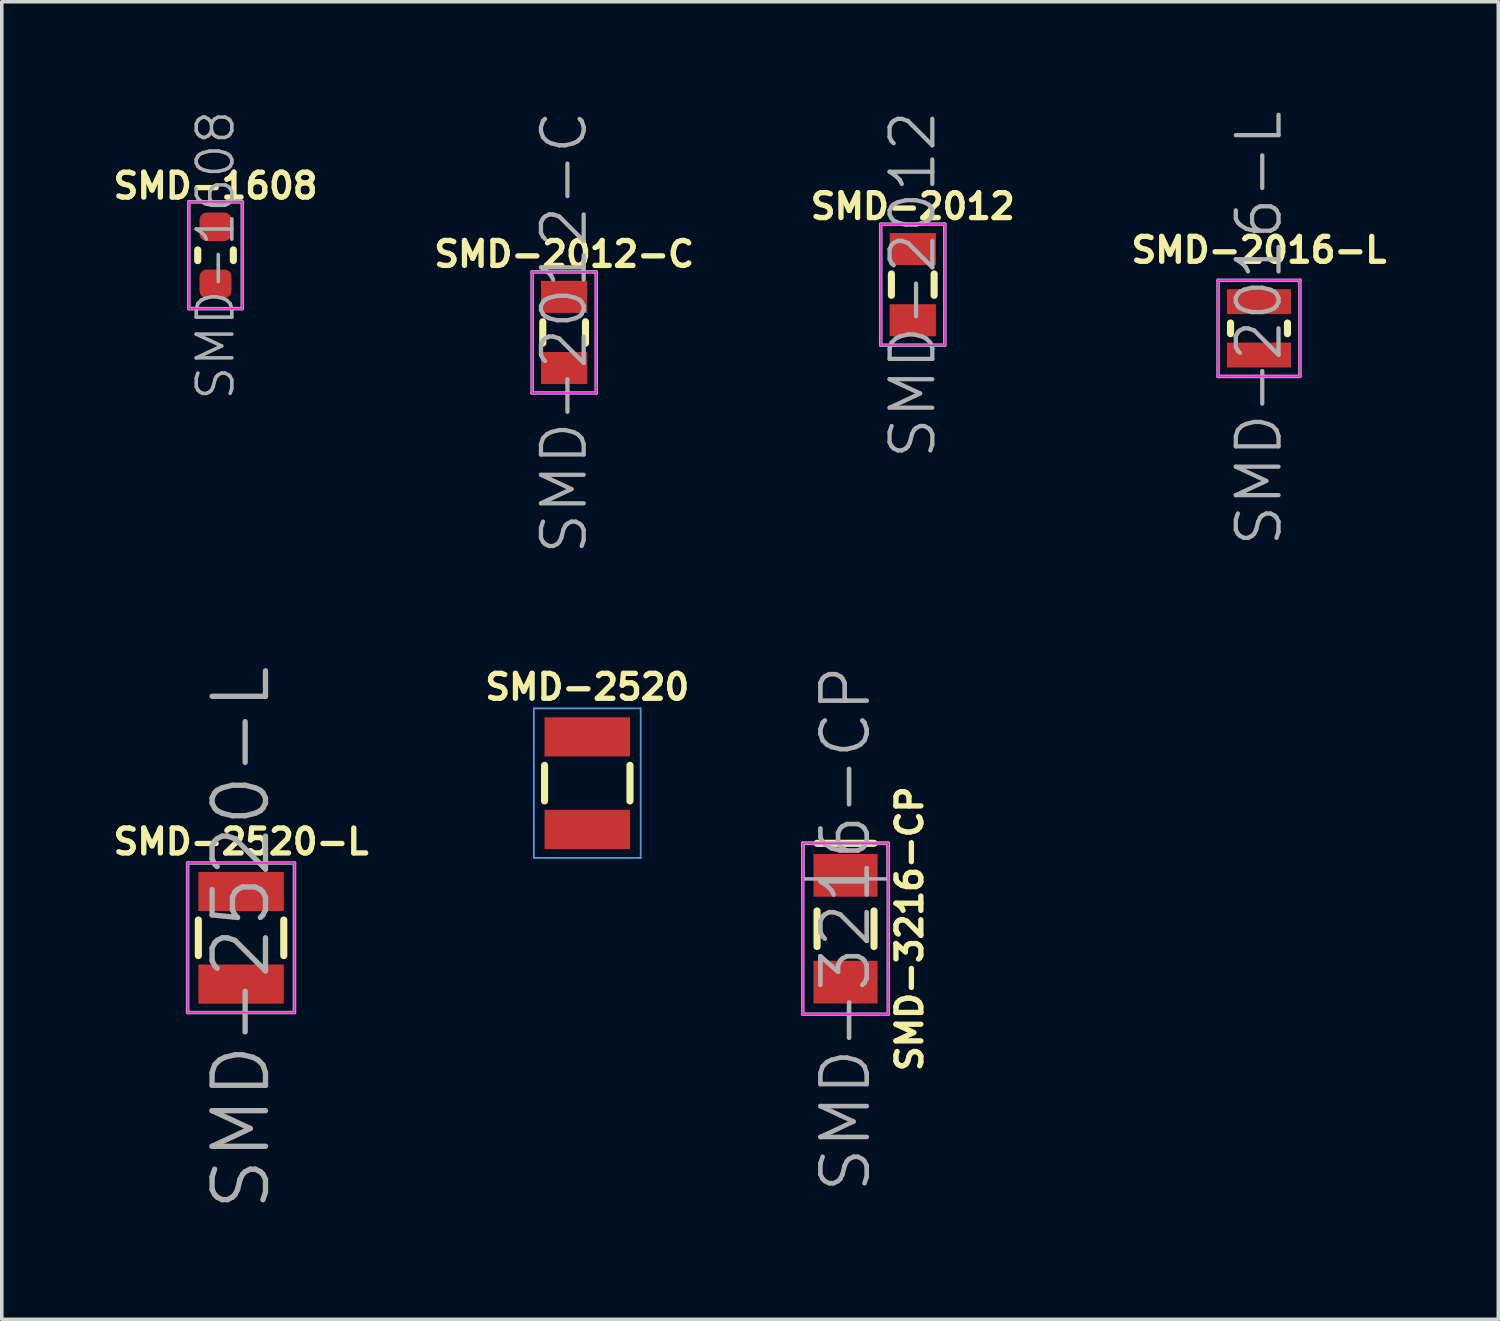
<source format=kicad_pcb>
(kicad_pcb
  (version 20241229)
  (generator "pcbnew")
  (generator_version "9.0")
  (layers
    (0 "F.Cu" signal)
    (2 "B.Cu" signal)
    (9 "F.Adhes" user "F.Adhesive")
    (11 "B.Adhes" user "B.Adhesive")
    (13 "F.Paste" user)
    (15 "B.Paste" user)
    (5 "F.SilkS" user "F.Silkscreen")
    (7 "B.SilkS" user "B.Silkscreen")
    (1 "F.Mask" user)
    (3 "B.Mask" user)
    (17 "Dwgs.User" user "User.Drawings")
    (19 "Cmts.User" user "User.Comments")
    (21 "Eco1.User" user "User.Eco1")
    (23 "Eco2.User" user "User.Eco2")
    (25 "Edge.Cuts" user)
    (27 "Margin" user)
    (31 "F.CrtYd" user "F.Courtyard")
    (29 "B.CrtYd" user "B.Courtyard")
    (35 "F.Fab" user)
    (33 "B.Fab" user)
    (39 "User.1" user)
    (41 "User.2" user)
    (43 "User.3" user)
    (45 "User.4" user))
  (footprint "SMD-3216-CP"
    (layer "F.Cu")
    (at 20.703 23.04)
    (property "Reference" "SMD-3216-CP" (at 1.8 0 90) (layer "F.SilkS") (effects (font (size 0.7 0.7) (thickness 0.15))))
    (attr smd)
    (fp_line (start -0.8 -2.4) (end 0.8 -2.4) (stroke (width 0.2) (type solid)) (layer "F.SilkS"))
    (fp_line (start -0.8 0.5) (end -0.8 -0.5) (stroke (width 0.2) (type solid)) (layer "F.SilkS"))
    (fp_line (start 0.8 -0.5) (end 0.8 0.5) (stroke (width 0.2) (type solid)) (layer "F.SilkS"))
    (fp_line (start -1.2 -2.4) (end 1.2 -2.4) (stroke (width 0.05) (type solid)) (layer "F.CrtYd"))
    (fp_line (start -1.2 2.4) (end -1.2 -2.4) (stroke (width 0.05) (type solid)) (layer "F.CrtYd"))
    (fp_line (start 1.2 -2.4) (end 1.2 2.4) (stroke (width 0.05) (type solid)) (layer "F.CrtYd"))
    (fp_line (start 1.2 2.4) (end -1.2 2.4) (stroke (width 0.05) (type solid)) (layer "F.CrtYd"))
    (fp_line (start -1.2 -2.4) (end 1.2 -2.4) (stroke (width 0.1) (type solid)) (layer "F.Fab"))
    (fp_line (start -1.2 2.4) (end -1.2 -2.4) (stroke (width 0.1) (type solid)) (layer "F.Fab"))
    (fp_line (start 1.2 -2.4) (end 1.2 2.4) (stroke (width 0.1) (type solid)) (layer "F.Fab"))
    (fp_line (start 1.2 2.4) (end -1.2 2.4) (stroke (width 0.1) (type solid)) (layer "F.Fab"))
    (fp_poly (pts (xy 1.2 -1.4) (xy -1.2 -1.4) (xy -1.2 -2.4) (xy 1.2 -2.4)) (stroke (width 0.1) (type solid)) (fill no) (layer "F.Fab"))
    (fp_text user "${REFERENCE}" (at 0 0 90) (layer "F.Fab") (effects (font (size 1.3 1.3) (thickness 0.13))))
    (pad "+" smd rect (at 0 -1.5) (size 1.8 1.2) (layers "F.Cu" "F.Mask" "F.Paste"))
    (pad "-" smd rect (at 0 1.5) (size 1.8 1.2) (layers "F.Cu" "F.Mask" "F.Paste")))
  (footprint "SMD-1608"
    (layer "F.Cu")
    (at 3.005 4.121)
    (property "Reference" "SMD-1608" (at 0 -1.95 0) (layer "F.SilkS") (effects (font (size 0.7 0.7) (thickness 0.15))))
    (attr smd)
    (fp_line (start -0.5 -0.15) (end -0.5 0.15) (stroke (width 0.2) (type solid)) (layer "F.SilkS"))
    (fp_line (start 0.5 -0.15) (end 0.5 0.15) (stroke (width 0.2) (type solid)) (layer "F.SilkS"))
    (fp_line (start -0.75 -1.5) (end -0.75 1.5) (stroke (width 0.05) (type solid)) (layer "F.CrtYd"))
    (fp_line (start -0.75 1.5) (end 0.75 1.5) (stroke (width 0.05) (type solid)) (layer "F.CrtYd"))
    (fp_line (start 0.75 -1.5) (end -0.75 -1.5) (stroke (width 0.05) (type solid)) (layer "F.CrtYd"))
    (fp_line (start 0.75 1.5) (end 0.75 -1.5) (stroke (width 0.05) (type solid)) (layer "F.CrtYd"))
    (fp_line (start -0.75 -1.5) (end 0.75 -1.5) (stroke (width 0.1) (type solid)) (layer "F.Fab"))
    (fp_line (start -0.75 1.5) (end -0.75 -1.5) (stroke (width 0.1) (type solid)) (layer "F.Fab"))
    (fp_line (start 0.75 -1.5) (end 0.75 1.5) (stroke (width 0.1) (type solid)) (layer "F.Fab"))
    (fp_line (start 0.75 1.5) (end -0.75 1.5) (stroke (width 0.1) (type solid)) (layer "F.Fab"))
    (fp_text user "${REFERENCE}" (at 0 0 90) (layer "F.Fab") (effects (font (size 1 1) (thickness 0.1))))
    (pad "1" smd roundrect (at 0 -0.8) (size 0.9 0.8) (layers "F.Cu" "F.Mask" "F.Paste") (roundrect_rratio 0.25))
    (pad "2" smd roundrect (at 0 0.8) (size 0.9 0.8) (layers "F.Cu" "F.Mask" "F.Paste") (roundrect_rratio 0.25)))
  (footprint "SMD-2520-L"
    (layer "F.Cu")
    (at 3.722 23.295)
    (property "Reference" "SMD-2520-L" (at 0 -2.7 0) (layer "F.SilkS") (effects (font (size 0.7 0.7) (thickness 0.15))))
    (attr smd)
    (fp_line (start -1.2 0.5) (end -1.2 -0.5) (stroke (width 0.2) (type solid)) (layer "F.SilkS"))
    (fp_line (start 1.2 -0.5) (end 1.2 0.5) (stroke (width 0.2) (type solid)) (layer "F.SilkS"))
    (fp_line (start -1.5 -2.1) (end 1.5 -2.1) (stroke (width 0.05) (type solid)) (layer "F.CrtYd"))
    (fp_line (start -1.5 2.1) (end -1.5 -2.1) (stroke (width 0.05) (type solid)) (layer "F.CrtYd"))
    (fp_line (start 1.5 -2.1) (end 1.5 2.1) (stroke (width 0.05) (type solid)) (layer "F.CrtYd"))
    (fp_line (start 1.5 2.1) (end -1.5 2.1) (stroke (width 0.05) (type solid)) (layer "F.CrtYd"))
    (fp_line (start -1.5 -2.1) (end 1.5 -2.1) (stroke (width 0.1) (type solid)) (layer "F.Fab"))
    (fp_line (start -1.5 2.1) (end -1.5 -2.1) (stroke (width 0.1) (type solid)) (layer "F.Fab"))
    (fp_line (start 1.5 -2.1) (end 1.5 2.1) (stroke (width 0.1) (type solid)) (layer "F.Fab"))
    (fp_line (start 1.5 2.1) (end -1.5 2.1) (stroke (width 0.1) (type solid)) (layer "F.Fab"))
    (fp_text user "${REFERENCE}" (at 0 0 90) (layer "F.Fab") (effects (font (size 1.5 1.5) (thickness 0.15))))
    (pad "1" smd rect (at 0 -1.3) (size 2.4 1.1) (layers "F.Cu" "F.Mask" "F.Paste"))
    (pad "2" smd rect (at 0 1.3) (size 2.4 1.1) (layers "F.Cu" "F.Mask" "F.Paste")))
  (footprint "SMD-2520"
    (layer "F.Cu")
    (at 13.448 18.95)
    (property "Reference" "SMD-2520" (at 0 -2.7 0) (layer "F.SilkS") (effects (font (size 0.7 0.7) (thickness 0.15))))
    (attr through_hole)
    (fp_line (start -1.2 0.5) (end -1.2 -0.5) (stroke (width 0.2) (type solid)) (layer "F.SilkS"))
    (fp_line (start 1.2 -0.5) (end 1.2 0.5) (stroke (width 0.2) (type solid)) (layer "F.SilkS"))
    (fp_line (start -1.5 -2.1) (end 1.5 -2.1) (stroke (width 0.05) (type solid)) (layer "Cmts.User"))
    (fp_line (start -1.5 2.1) (end -1.5 -2.1) (stroke (width 0.05) (type solid)) (layer "Cmts.User"))
    (fp_line (start 1.5 -2.1) (end 1.5 2.1) (stroke (width 0.05) (type solid)) (layer "Cmts.User"))
    (fp_line (start 1.5 2.1) (end -1.5 2.1) (stroke (width 0.05) (type solid)) (layer "Cmts.User"))
    (pad "1" smd rect (at 0 -1.3) (size 2.4 1.1) (layers "F.Cu" "F.Mask" "F.Paste"))
    (pad "2" smd rect (at 0 1.3) (size 2.4 1.1) (layers "F.Cu" "F.Mask" "F.Paste")))
  (footprint "SMD-2016-L"
    (layer "F.Cu")
    (at 32.318 6.174)
    (property "Reference" "SMD-2016-L" (at 0 -2.2 0) (layer "F.SilkS") (effects (font (size 0.7 0.7) (thickness 0.15))))
    (attr smd)
    (fp_line (start -0.8 0.15) (end -0.8 -0.15) (stroke (width 0.2) (type solid)) (layer "F.SilkS"))
    (fp_line (start 0.8 -0.15) (end 0.8 0.15) (stroke (width 0.2) (type solid)) (layer "F.SilkS"))
    (fp_line (start -1.15 -1.35) (end 1.15 -1.35) (stroke (width 0.05) (type solid)) (layer "F.CrtYd"))
    (fp_line (start -1.15 1.35) (end -1.15 -1.35) (stroke (width 0.05) (type solid)) (layer "F.CrtYd"))
    (fp_line (start 1.15 -1.35) (end 1.15 1.35) (stroke (width 0.05) (type solid)) (layer "F.CrtYd"))
    (fp_line (start 1.15 1.35) (end -1.15 1.35) (stroke (width 0.05) (type solid)) (layer "F.CrtYd"))
    (fp_line (start -1.15 -1.35) (end 1.15 -1.35) (stroke (width 0.1) (type solid)) (layer "F.Fab"))
    (fp_line (start -1.15 1.35) (end -1.15 -1.35) (stroke (width 0.1) (type solid)) (layer "F.Fab"))
    (fp_line (start 1.15 -1.35) (end 1.15 1.35) (stroke (width 0.1) (type solid)) (layer "F.Fab"))
    (fp_line (start 1.15 1.35) (end -1.15 1.35) (stroke (width 0.1) (type solid)) (layer "F.Fab"))
    (fp_text user "${REFERENCE}" (at 0 0 90) (layer "F.Fab") (effects (font (size 1.2 1.2) (thickness 0.12))))
    (pad "1" smd rect (at 0 -0.75) (size 1.8 0.7) (layers "F.Cu" "F.Mask" "F.Paste"))
    (pad "2" smd rect (at 0 0.75) (size 1.8 0.7) (layers "F.Cu" "F.Mask" "F.Paste")))
  (footprint "SMD-2012"
    (layer "F.Cu")
    (at 22.592 4.946)
    (property "Reference" "SMD-2012" (at 0 -2.2 0) (layer "F.SilkS") (effects (font (size 0.7 0.7) (thickness 0.15))))
    (attr through_hole)
    (fp_line (start -0.6 0.3) (end -0.6 -0.3) (stroke (width 0.2) (type solid)) (layer "F.SilkS"))
    (fp_line (start 0.6 -0.3) (end 0.6 0.3) (stroke (width 0.2) (type solid)) (layer "F.SilkS"))
    (fp_line (start -0.9 -1.7) (end 0.9 -1.7) (stroke (width 0.05) (type solid)) (layer "F.CrtYd"))
    (fp_line (start -0.9 1.7) (end -0.9 -1.7) (stroke (width 0.05) (type solid)) (layer "F.CrtYd"))
    (fp_line (start 0.9 -1.7) (end 0.9 1.7) (stroke (width 0.05) (type solid)) (layer "F.CrtYd"))
    (fp_line (start 0.9 1.7) (end -0.9 1.7) (stroke (width 0.05) (type solid)) (layer "F.CrtYd"))
    (fp_line (start -0.9 -1.7) (end 0.9 -1.7) (stroke (width 0.1) (type solid)) (layer "F.Fab"))
    (fp_line (start -0.9 1.7) (end -0.9 -1.7) (stroke (width 0.1) (type solid)) (layer "F.Fab"))
    (fp_line (start 0.9 -1.7) (end 0.9 1.7) (stroke (width 0.1) (type solid)) (layer "F.Fab"))
    (fp_line (start 0.9 1.7) (end -0.9 1.7) (stroke (width 0.1) (type solid)) (layer "F.Fab"))
    (fp_text user "${REFERENCE}" (at 0 0 90) (layer "F.Fab") (effects (font (size 1.2 1.2) (thickness 0.12))))
    (pad "1" smd rect (at 0 -1) (size 1.3 0.9) (layers "F.Cu" "F.Mask" "F.Paste"))
    (pad "2" smd rect (at 0 1) (size 1.3 0.9) (layers "F.Cu" "F.Mask" "F.Paste")))
  (footprint "SMD-2012-C"
    (layer "F.Cu")
    (at 12.798 6.289)
    (property "Reference" "SMD-2012-C" (at 0 -2.2 0) (layer "F.SilkS") (effects (font (size 0.7 0.7) (thickness 0.15))))
    (attr smd)
    (fp_line (start -0.6 0.3) (end -0.6 -0.3) (stroke (width 0.2) (type solid)) (layer "F.SilkS"))
    (fp_line (start 0.6 -0.3) (end 0.6 0.3) (stroke (width 0.2) (type solid)) (layer "F.SilkS"))
    (fp_line (start -0.9 -1.7) (end 0.9 -1.7) (stroke (width 0.05) (type solid)) (layer "F.CrtYd"))
    (fp_line (start -0.9 1.7) (end -0.9 -1.7) (stroke (width 0.05) (type solid)) (layer "F.CrtYd"))
    (fp_line (start 0.9 -1.7) (end 0.9 1.7) (stroke (width 0.05) (type solid)) (layer "F.CrtYd"))
    (fp_line (start 0.9 1.7) (end -0.9 1.7) (stroke (width 0.05) (type solid)) (layer "F.CrtYd"))
    (fp_line (start -0.9 -1.7) (end 0.9 -1.7) (stroke (width 0.1) (type solid)) (layer "F.Fab"))
    (fp_line (start -0.9 1.7) (end -0.9 -1.7) (stroke (width 0.1) (type solid)) (layer "F.Fab"))
    (fp_line (start 0.9 -1.7) (end 0.9 1.7) (stroke (width 0.1) (type solid)) (layer "F.Fab"))
    (fp_line (start 0.9 1.7) (end -0.9 1.7) (stroke (width 0.1) (type solid)) (layer "F.Fab"))
    (fp_text user "${REFERENCE}" (at 0 0 90) (layer "F.Fab") (effects (font (size 1.2 1.2) (thickness 0.12))))
    (pad "1" smd rect (at 0 -1) (size 1.3 0.9) (layers "F.Cu" "F.Mask" "F.Paste"))
    (pad "2" smd rect (at 0 1) (size 1.3 0.9) (layers "F.Cu" "F.Mask" "F.Paste")))
  (gr_rect
    (start -3 -3)
    (end 39.04 34.013)
    (stroke (width 0.1) (type default))
    (fill no)
    (layer "Edge.Cuts")))
</source>
